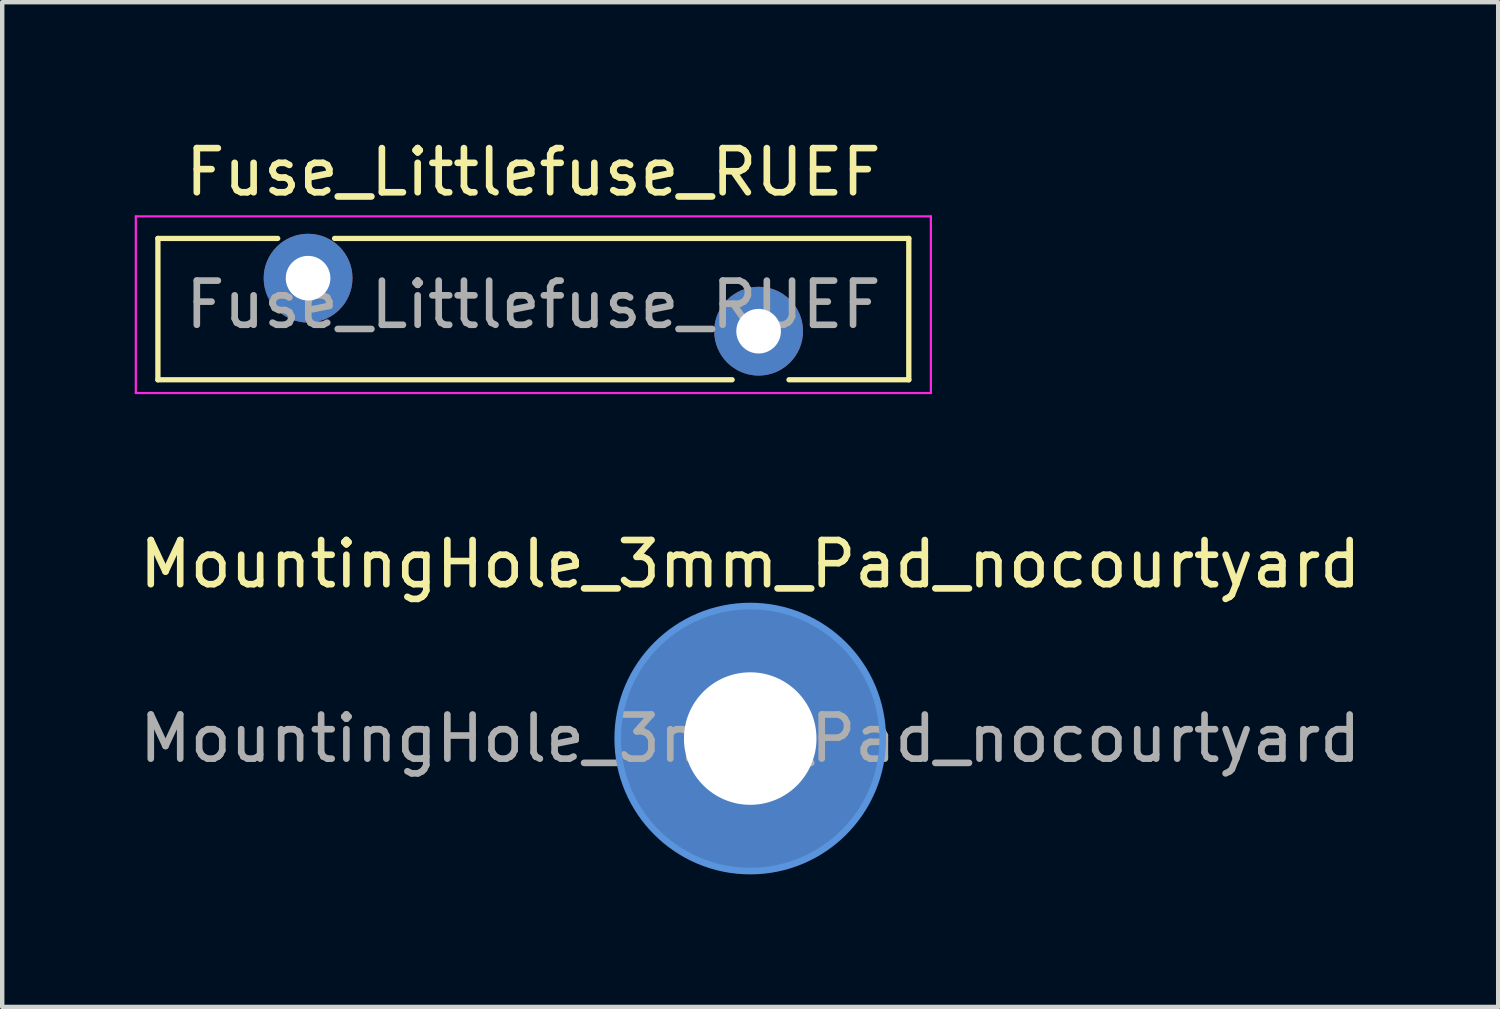
<source format=kicad_pcb>
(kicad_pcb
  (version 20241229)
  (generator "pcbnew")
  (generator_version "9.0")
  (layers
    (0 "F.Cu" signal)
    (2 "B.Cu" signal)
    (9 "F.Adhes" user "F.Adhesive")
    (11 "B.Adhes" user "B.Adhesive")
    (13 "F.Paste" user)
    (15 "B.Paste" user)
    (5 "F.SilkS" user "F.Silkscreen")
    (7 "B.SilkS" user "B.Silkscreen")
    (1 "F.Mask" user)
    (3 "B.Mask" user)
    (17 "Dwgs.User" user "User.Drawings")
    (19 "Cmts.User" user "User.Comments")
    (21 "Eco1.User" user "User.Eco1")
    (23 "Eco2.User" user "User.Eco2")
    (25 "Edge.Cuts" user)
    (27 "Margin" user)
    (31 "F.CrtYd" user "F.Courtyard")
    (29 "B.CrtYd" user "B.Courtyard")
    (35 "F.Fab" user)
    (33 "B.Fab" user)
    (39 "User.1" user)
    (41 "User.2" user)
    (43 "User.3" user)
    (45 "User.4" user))
  (footprint "MountingHole_3mm_Pad_nocourtyard"
    (layer "F.Cu")
    (at 13.935 13.671)
    (property "Reference" "MountingHole_3mm_Pad_nocourtyard" (at 0 -3.95 0) (layer "F.SilkS") (effects (font (size 1 1) (thickness 0.15))))
    (attr exclude_from_pos_files exclude_from_bom)
    (fp_circle (center 0 0) (end 3 0) (stroke (width 0.15) (type solid)) (fill no) (layer "Cmts.User"))
    (fp_text user "${REFERENCE}" (at 0 0 0) (layer "F.Fab") (effects (font (size 1 1) (thickness 0.15))))
    (pad "1" thru_hole circle (at 0 0) (size 6 6) (drill 3) (layers "*.Cu" "*.Mask")))
  (footprint "Fuse_Littlefuse_RUEF"
    (layer "F.Cu")
    (at 9.025 3.848)
    (property "Reference" "Fuse_Littlefuse_RUEF" (at 0 -3 0) (layer "F.SilkS") (effects (font (size 1 1) (thickness 0.15))))
    (attr through_hole)
    (fp_line (start -8.5 -1.5) (end -8.5 1.7) (stroke (width 0.12) (type solid)) (layer "F.SilkS"))
    (fp_line (start -8.5 -1.5) (end -5.788 -1.5) (stroke (width 0.12) (type solid)) (layer "F.SilkS"))
    (fp_line (start -8.5 1.7) (end 4.5 1.7) (stroke (width 0.12) (type solid)) (layer "F.SilkS"))
    (fp_line (start -4.5 -1.5) (end 8.5 -1.5) (stroke (width 0.12) (type solid)) (layer "F.SilkS"))
    (fp_line (start 5.788 1.7) (end 8.5 1.7) (stroke (width 0.12) (type solid)) (layer "F.SilkS"))
    (fp_line (start 8.5 -1.5) (end 8.5 1.7) (stroke (width 0.12) (type solid)) (layer "F.SilkS"))
    (fp_line (start -9 -2) (end -9 2) (stroke (width 0.05) (type solid)) (layer "F.CrtYd"))
    (fp_line (start -9 2) (end 9 2) (stroke (width 0.05) (type solid)) (layer "F.CrtYd"))
    (fp_line (start 9 -2) (end -9 -2) (stroke (width 0.05) (type solid)) (layer "F.CrtYd"))
    (fp_line (start 9 2) (end 9 -2) (stroke (width 0.05) (type solid)) (layer "F.CrtYd"))
    (fp_text user "${REFERENCE}" (at 0 0 0) (layer "F.Fab") (effects (font (size 1 1) (thickness 0.15))))
    (pad "1" thru_hole circle (at -5.1 -0.6) (size 2.01 2.01) (drill 1.01) (layers "*.Cu" "*.Mask"))
    (pad "2" thru_hole circle (at 5.1 0.6) (size 2.01 2.01) (drill 1.01) (layers "*.Cu" "*.Mask")))
  (gr_rect
    (start -3 -3)
    (end 30.869 19.747)
    (stroke (width 0.1) (type default))
    (fill no)
    (layer "Edge.Cuts")))
</source>
